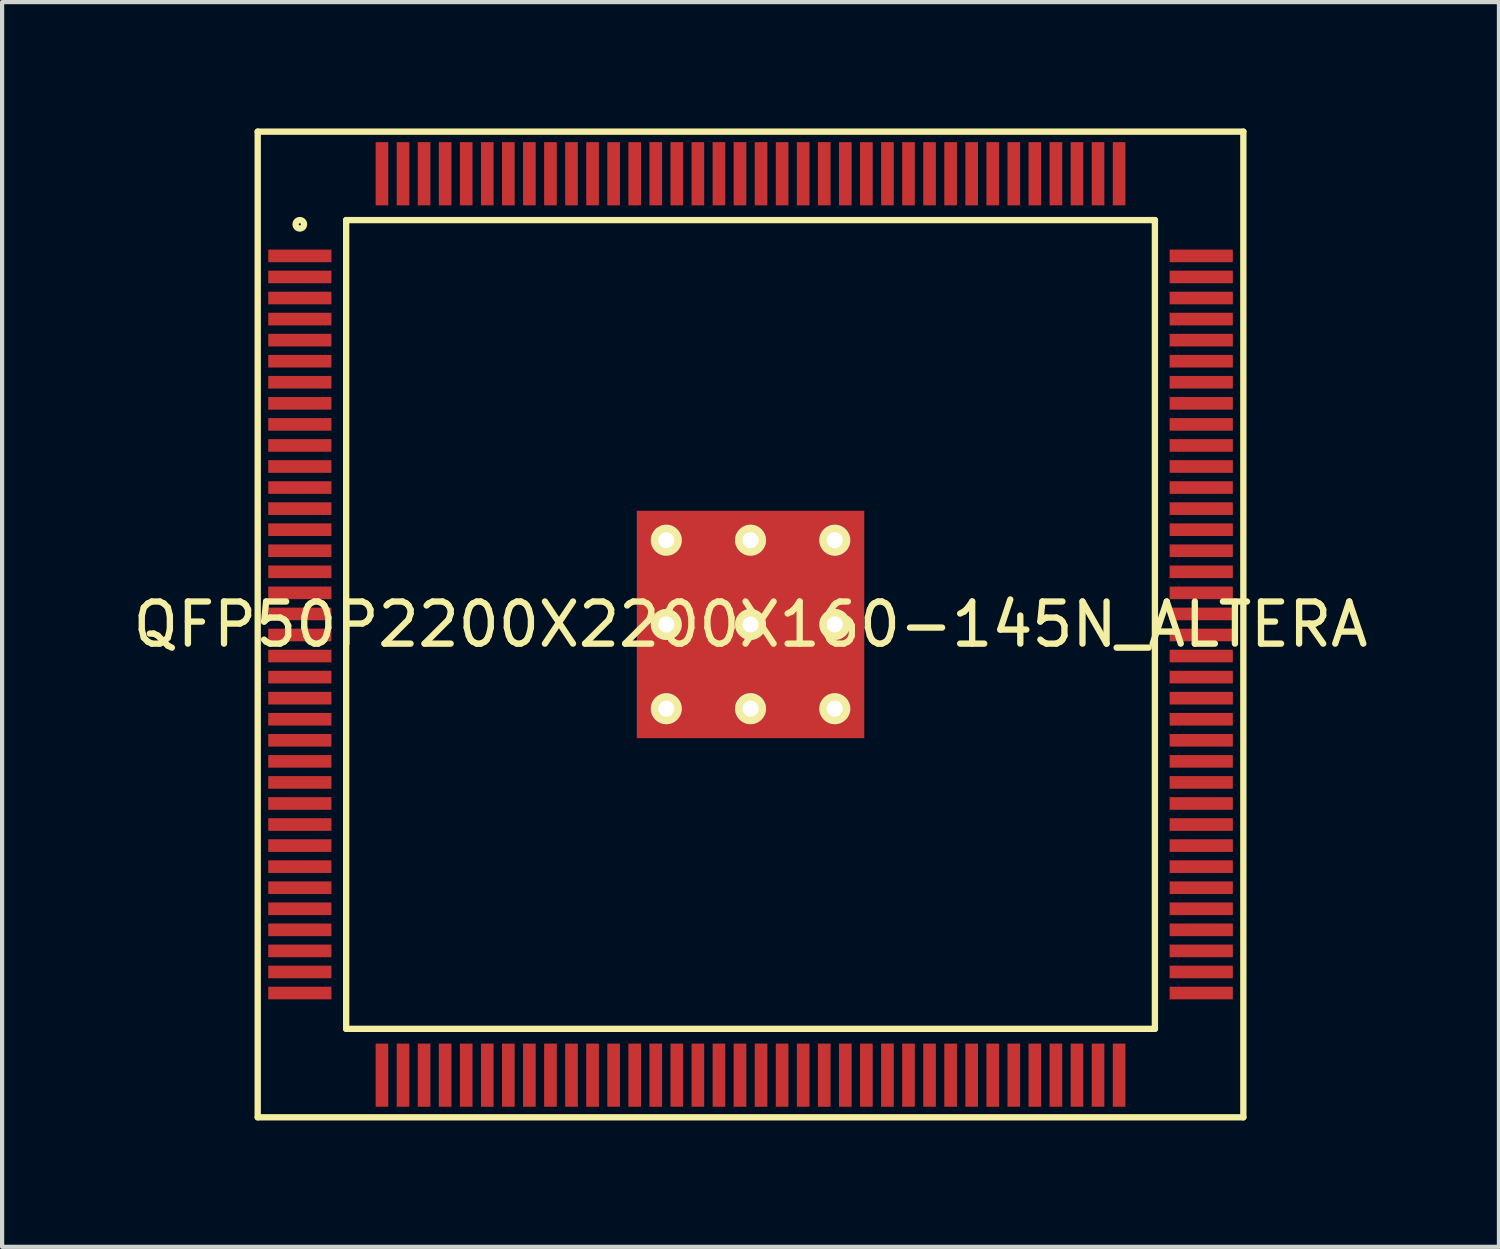
<source format=kicad_pcb>
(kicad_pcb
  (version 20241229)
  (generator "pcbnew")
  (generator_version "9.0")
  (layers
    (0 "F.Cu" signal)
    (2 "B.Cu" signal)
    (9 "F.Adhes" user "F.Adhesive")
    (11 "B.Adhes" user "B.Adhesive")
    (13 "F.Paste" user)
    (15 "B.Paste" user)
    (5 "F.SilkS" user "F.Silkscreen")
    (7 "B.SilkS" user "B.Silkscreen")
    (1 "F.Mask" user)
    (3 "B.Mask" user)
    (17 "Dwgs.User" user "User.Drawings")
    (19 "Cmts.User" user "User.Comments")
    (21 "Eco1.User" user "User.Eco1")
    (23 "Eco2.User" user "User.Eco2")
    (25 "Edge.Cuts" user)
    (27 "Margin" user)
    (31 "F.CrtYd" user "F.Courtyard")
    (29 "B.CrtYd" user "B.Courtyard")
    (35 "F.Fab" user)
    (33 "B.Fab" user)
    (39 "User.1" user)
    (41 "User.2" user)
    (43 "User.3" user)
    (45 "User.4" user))
  (footprint "QFP50P2200X2200X160-145N_ALTERA"
    (layer "F.Cu")
    (at 14.768 11.775)
    (property "Reference" "QFP50P2200X2200X160-145N_ALTERA" (at 0 0 0) (layer "F.SilkS") (effects (font (size 1 1) (thickness 0.15))))
    (attr through_hole)
    (fp_line (start -11.7 -11.7) (end 11.7 -11.7) (stroke (width 0.15) (type solid)) (layer "F.SilkS"))
    (fp_line (start -11.7 11.7) (end -11.7 -11.7) (stroke (width 0.15) (type solid)) (layer "F.SilkS"))
    (fp_line (start -9.6 -9.6) (end 9.6 -9.6) (stroke (width 0.15) (type solid)) (layer "F.SilkS"))
    (fp_line (start -9.6 9.6) (end -9.6 -9.6) (stroke (width 0.15) (type solid)) (layer "F.SilkS"))
    (fp_line (start 9.6 -9.6) (end 9.6 9.6) (stroke (width 0.15) (type solid)) (layer "F.SilkS"))
    (fp_line (start 9.6 9.6) (end -9.6 9.6) (stroke (width 0.15) (type solid)) (layer "F.SilkS"))
    (fp_line (start 11.7 -11.7) (end 11.7 11.7) (stroke (width 0.15) (type solid)) (layer "F.SilkS"))
    (fp_line (start 11.7 11.7) (end -11.7 11.7) (stroke (width 0.15) (type solid)) (layer "F.SilkS"))
    (fp_circle (center -10.7 -9.5) (end -10.6 -9.5) (stroke (width 0.15) (type solid)) (fill no) (layer "F.SilkS"))
    (pad "1" smd rect (at -10.7 -8.75) (size 1.5 0.3) (layers "F.Cu" "F.Mask" "F.Paste"))
    (pad "2" smd rect (at -10.7 -8.25) (size 1.5 0.3) (layers "F.Cu" "F.Mask" "F.Paste"))
    (pad "3" smd rect (at -10.7 -7.75) (size 1.5 0.3) (layers "F.Cu" "F.Mask" "F.Paste"))
    (pad "4" smd rect (at -10.7 -7.25) (size 1.5 0.3) (layers "F.Cu" "F.Mask" "F.Paste"))
    (pad "5" smd rect (at -10.7 -6.75) (size 1.5 0.3) (layers "F.Cu" "F.Mask" "F.Paste"))
    (pad "6" smd rect (at -10.7 -6.25) (size 1.5 0.3) (layers "F.Cu" "F.Mask" "F.Paste"))
    (pad "7" smd rect (at -10.7 -5.75) (size 1.5 0.3) (layers "F.Cu" "F.Mask" "F.Paste"))
    (pad "8" smd rect (at -10.7 -5.25) (size 1.5 0.3) (layers "F.Cu" "F.Mask" "F.Paste"))
    (pad "9" smd rect (at -10.7 -4.75) (size 1.5 0.3) (layers "F.Cu" "F.Mask" "F.Paste"))
    (pad "10" smd rect (at -10.7 -4.25) (size 1.5 0.3) (layers "F.Cu" "F.Mask" "F.Paste"))
    (pad "11" smd rect (at -10.7 -3.75) (size 1.5 0.3) (layers "F.Cu" "F.Mask" "F.Paste"))
    (pad "12" smd rect (at -10.7 -3.25) (size 1.5 0.3) (layers "F.Cu" "F.Mask" "F.Paste"))
    (pad "13" smd rect (at -10.7 -2.75) (size 1.5 0.3) (layers "F.Cu" "F.Mask" "F.Paste"))
    (pad "14" smd rect (at -10.7 -2.25) (size 1.5 0.3) (layers "F.Cu" "F.Mask" "F.Paste"))
    (pad "15" smd rect (at -10.7 -1.75) (size 1.5 0.3) (layers "F.Cu" "F.Mask" "F.Paste"))
    (pad "16" smd rect (at -10.7 -1.25) (size 1.5 0.3) (layers "F.Cu" "F.Mask" "F.Paste"))
    (pad "17" smd rect (at -10.7 -0.75) (size 1.5 0.3) (layers "F.Cu" "F.Mask" "F.Paste"))
    (pad "18" smd rect (at -10.7 -0.25) (size 1.5 0.3) (layers "F.Cu" "F.Mask" "F.Paste"))
    (pad "19" smd rect (at -10.7 0.25) (size 1.5 0.3) (layers "F.Cu" "F.Mask" "F.Paste"))
    (pad "20" smd rect (at -10.7 0.75) (size 1.5 0.3) (layers "F.Cu" "F.Mask" "F.Paste"))
    (pad "21" smd rect (at -10.7 1.25) (size 1.5 0.3) (layers "F.Cu" "F.Mask" "F.Paste"))
    (pad "22" smd rect (at -10.7 1.75) (size 1.5 0.3) (layers "F.Cu" "F.Mask" "F.Paste"))
    (pad "23" smd rect (at -10.7 2.25) (size 1.5 0.3) (layers "F.Cu" "F.Mask" "F.Paste"))
    (pad "24" smd rect (at -10.7 2.75) (size 1.5 0.3) (layers "F.Cu" "F.Mask" "F.Paste"))
    (pad "25" smd rect (at -10.7 3.25) (size 1.5 0.3) (layers "F.Cu" "F.Mask" "F.Paste"))
    (pad "26" smd rect (at -10.7 3.75) (size 1.5 0.3) (layers "F.Cu" "F.Mask" "F.Paste"))
    (pad "27" smd rect (at -10.7 4.25) (size 1.5 0.3) (layers "F.Cu" "F.Mask" "F.Paste"))
    (pad "28" smd rect (at -10.7 4.75) (size 1.5 0.3) (layers "F.Cu" "F.Mask" "F.Paste"))
    (pad "29" smd rect (at -10.7 5.25) (size 1.5 0.3) (layers "F.Cu" "F.Mask" "F.Paste"))
    (pad "30" smd rect (at -10.7 5.75) (size 1.5 0.3) (layers "F.Cu" "F.Mask" "F.Paste"))
    (pad "31" smd rect (at -10.7 6.25) (size 1.5 0.3) (layers "F.Cu" "F.Mask" "F.Paste"))
    (pad "32" smd rect (at -10.7 6.75) (size 1.5 0.3) (layers "F.Cu" "F.Mask" "F.Paste"))
    (pad "33" smd rect (at -10.7 7.25) (size 1.5 0.3) (layers "F.Cu" "F.Mask" "F.Paste"))
    (pad "34" smd rect (at -10.7 7.75) (size 1.5 0.3) (layers "F.Cu" "F.Mask" "F.Paste"))
    (pad "35" smd rect (at -10.7 8.25) (size 1.5 0.3) (layers "F.Cu" "F.Mask" "F.Paste"))
    (pad "36" smd rect (at -10.7 8.75) (size 1.5 0.3) (layers "F.Cu" "F.Mask" "F.Paste"))
    (pad "37" smd rect (at -8.75 10.7 90) (size 1.5 0.3) (layers "F.Cu" "F.Mask" "F.Paste"))
    (pad "38" smd rect (at -8.25 10.7 90) (size 1.5 0.3) (layers "F.Cu" "F.Mask" "F.Paste"))
    (pad "39" smd rect (at -7.75 10.7 90) (size 1.5 0.3) (layers "F.Cu" "F.Mask" "F.Paste"))
    (pad "40" smd rect (at -7.25 10.7 90) (size 1.5 0.3) (layers "F.Cu" "F.Mask" "F.Paste"))
    (pad "41" smd rect (at -6.75 10.7 90) (size 1.5 0.3) (layers "F.Cu" "F.Mask" "F.Paste"))
    (pad "42" smd rect (at -6.25 10.7 90) (size 1.5 0.3) (layers "F.Cu" "F.Mask" "F.Paste"))
    (pad "43" smd rect (at -5.75 10.7 90) (size 1.5 0.3) (layers "F.Cu" "F.Mask" "F.Paste"))
    (pad "44" smd rect (at -5.25 10.7 90) (size 1.5 0.3) (layers "F.Cu" "F.Mask" "F.Paste"))
    (pad "45" smd rect (at -4.75 10.7 90) (size 1.5 0.3) (layers "F.Cu" "F.Mask" "F.Paste"))
    (pad "46" smd rect (at -4.25 10.7 90) (size 1.5 0.3) (layers "F.Cu" "F.Mask" "F.Paste"))
    (pad "47" smd rect (at -3.75 10.7 90) (size 1.5 0.3) (layers "F.Cu" "F.Mask" "F.Paste"))
    (pad "48" smd rect (at -3.25 10.7 90) (size 1.5 0.3) (layers "F.Cu" "F.Mask" "F.Paste"))
    (pad "49" smd rect (at -2.75 10.7 90) (size 1.5 0.3) (layers "F.Cu" "F.Mask" "F.Paste"))
    (pad "50" smd rect (at -2.25 10.7 90) (size 1.5 0.3) (layers "F.Cu" "F.Mask" "F.Paste"))
    (pad "51" smd rect (at -1.75 10.7 90) (size 1.5 0.3) (layers "F.Cu" "F.Mask" "F.Paste"))
    (pad "52" smd rect (at -1.25 10.7 90) (size 1.5 0.3) (layers "F.Cu" "F.Mask" "F.Paste"))
    (pad "53" smd rect (at -0.75 10.7 90) (size 1.5 0.3) (layers "F.Cu" "F.Mask" "F.Paste"))
    (pad "54" smd rect (at -0.25 10.7 90) (size 1.5 0.3) (layers "F.Cu" "F.Mask" "F.Paste"))
    (pad "55" smd rect (at 0.25 10.7 90) (size 1.5 0.3) (layers "F.Cu" "F.Mask" "F.Paste"))
    (pad "56" smd rect (at 0.75 10.7 90) (size 1.5 0.3) (layers "F.Cu" "F.Mask" "F.Paste"))
    (pad "57" smd rect (at 1.25 10.7 90) (size 1.5 0.3) (layers "F.Cu" "F.Mask" "F.Paste"))
    (pad "58" smd rect (at 1.75 10.7 90) (size 1.5 0.3) (layers "F.Cu" "F.Mask" "F.Paste"))
    (pad "59" smd rect (at 2.25 10.7 90) (size 1.5 0.3) (layers "F.Cu" "F.Mask" "F.Paste"))
    (pad "60" smd rect (at 2.75 10.7 90) (size 1.5 0.3) (layers "F.Cu" "F.Mask" "F.Paste"))
    (pad "61" smd rect (at 3.25 10.7 90) (size 1.5 0.3) (layers "F.Cu" "F.Mask" "F.Paste"))
    (pad "62" smd rect (at 3.75 10.7 90) (size 1.5 0.3) (layers "F.Cu" "F.Mask" "F.Paste"))
    (pad "63" smd rect (at 4.25 10.7 90) (size 1.5 0.3) (layers "F.Cu" "F.Mask" "F.Paste"))
    (pad "64" smd rect (at 4.75 10.7 90) (size 1.5 0.3) (layers "F.Cu" "F.Mask" "F.Paste"))
    (pad "65" smd rect (at 5.25 10.7 90) (size 1.5 0.3) (layers "F.Cu" "F.Mask" "F.Paste"))
    (pad "66" smd rect (at 5.75 10.7 90) (size 1.5 0.3) (layers "F.Cu" "F.Mask" "F.Paste"))
    (pad "67" smd rect (at 6.25 10.7 90) (size 1.5 0.3) (layers "F.Cu" "F.Mask" "F.Paste"))
    (pad "68" smd rect (at 6.75 10.7 90) (size 1.5 0.3) (layers "F.Cu" "F.Mask" "F.Paste"))
    (pad "69" smd rect (at 7.25 10.7 90) (size 1.5 0.3) (layers "F.Cu" "F.Mask" "F.Paste"))
    (pad "70" smd rect (at 7.75 10.7 90) (size 1.5 0.3) (layers "F.Cu" "F.Mask" "F.Paste"))
    (pad "71" smd rect (at 8.25 10.7 90) (size 1.5 0.3) (layers "F.Cu" "F.Mask" "F.Paste"))
    (pad "72" smd rect (at 8.75 10.7 90) (size 1.5 0.3) (layers "F.Cu" "F.Mask" "F.Paste"))
    (pad "73" smd rect (at 10.7 8.75 180) (size 1.5 0.3) (layers "F.Cu" "F.Mask" "F.Paste"))
    (pad "74" smd rect (at 10.7 8.25 180) (size 1.5 0.3) (layers "F.Cu" "F.Mask" "F.Paste"))
    (pad "75" smd rect (at 10.7 7.75 180) (size 1.5 0.3) (layers "F.Cu" "F.Mask" "F.Paste"))
    (pad "76" smd rect (at 10.7 7.25 180) (size 1.5 0.3) (layers "F.Cu" "F.Mask" "F.Paste"))
    (pad "77" smd rect (at 10.7 6.75 180) (size 1.5 0.3) (layers "F.Cu" "F.Mask" "F.Paste"))
    (pad "78" smd rect (at 10.7 6.25 180) (size 1.5 0.3) (layers "F.Cu" "F.Mask" "F.Paste"))
    (pad "79" smd rect (at 10.7 5.75 180) (size 1.5 0.3) (layers "F.Cu" "F.Mask" "F.Paste"))
    (pad "80" smd rect (at 10.7 5.25 180) (size 1.5 0.3) (layers "F.Cu" "F.Mask" "F.Paste"))
    (pad "81" smd rect (at 10.7 4.75 180) (size 1.5 0.3) (layers "F.Cu" "F.Mask" "F.Paste"))
    (pad "82" smd rect (at 10.7 4.25 180) (size 1.5 0.3) (layers "F.Cu" "F.Mask" "F.Paste"))
    (pad "83" smd rect (at 10.7 3.75 180) (size 1.5 0.3) (layers "F.Cu" "F.Mask" "F.Paste"))
    (pad "84" smd rect (at 10.7 3.25 180) (size 1.5 0.3) (layers "F.Cu" "F.Mask" "F.Paste"))
    (pad "85" smd rect (at 10.7 2.75 180) (size 1.5 0.3) (layers "F.Cu" "F.Mask" "F.Paste"))
    (pad "86" smd rect (at 10.7 2.25 180) (size 1.5 0.3) (layers "F.Cu" "F.Mask" "F.Paste"))
    (pad "87" smd rect (at 10.7 1.75 180) (size 1.5 0.3) (layers "F.Cu" "F.Mask" "F.Paste"))
    (pad "88" smd rect (at 10.7 1.25 180) (size 1.5 0.3) (layers "F.Cu" "F.Mask" "F.Paste"))
    (pad "89" smd rect (at 10.7 0.75 180) (size 1.5 0.3) (layers "F.Cu" "F.Mask" "F.Paste"))
    (pad "90" smd rect (at 10.7 0.25 180) (size 1.5 0.3) (layers "F.Cu" "F.Mask" "F.Paste"))
    (pad "91" smd rect (at 10.7 -0.25 180) (size 1.5 0.3) (layers "F.Cu" "F.Mask" "F.Paste"))
    (pad "92" smd rect (at 10.7 -0.75 180) (size 1.5 0.3) (layers "F.Cu" "F.Mask" "F.Paste"))
    (pad "93" smd rect (at 10.7 -1.25 180) (size 1.5 0.3) (layers "F.Cu" "F.Mask" "F.Paste"))
    (pad "94" smd rect (at 10.7 -1.75 180) (size 1.5 0.3) (layers "F.Cu" "F.Mask" "F.Paste"))
    (pad "95" smd rect (at 10.7 -2.25 180) (size 1.5 0.3) (layers "F.Cu" "F.Mask" "F.Paste"))
    (pad "96" smd rect (at 10.7 -2.75 180) (size 1.5 0.3) (layers "F.Cu" "F.Mask" "F.Paste"))
    (pad "97" smd rect (at 10.7 -3.25 180) (size 1.5 0.3) (layers "F.Cu" "F.Mask" "F.Paste"))
    (pad "98" smd rect (at 10.7 -3.75 180) (size 1.5 0.3) (layers "F.Cu" "F.Mask" "F.Paste"))
    (pad "99" smd rect (at 10.7 -4.25 180) (size 1.5 0.3) (layers "F.Cu" "F.Mask" "F.Paste"))
    (pad "100" smd rect (at 10.7 -4.75 180) (size 1.5 0.3) (layers "F.Cu" "F.Mask" "F.Paste"))
    (pad "101" smd rect (at 10.7 -5.25 180) (size 1.5 0.3) (layers "F.Cu" "F.Mask" "F.Paste"))
    (pad "102" smd rect (at 10.7 -5.75 180) (size 1.5 0.3) (layers "F.Cu" "F.Mask" "F.Paste"))
    (pad "103" smd rect (at 10.7 -6.25 180) (size 1.5 0.3) (layers "F.Cu" "F.Mask" "F.Paste"))
    (pad "104" smd rect (at 10.7 -6.75 180) (size 1.5 0.3) (layers "F.Cu" "F.Mask" "F.Paste"))
    (pad "105" smd rect (at 10.7 -7.25 180) (size 1.5 0.3) (layers "F.Cu" "F.Mask" "F.Paste"))
    (pad "106" smd rect (at 10.7 -7.75 180) (size 1.5 0.3) (layers "F.Cu" "F.Mask" "F.Paste"))
    (pad "107" smd rect (at 10.7 -8.25 180) (size 1.5 0.3) (layers "F.Cu" "F.Mask" "F.Paste"))
    (pad "108" smd rect (at 10.7 -8.75 180) (size 1.5 0.3) (layers "F.Cu" "F.Mask" "F.Paste"))
    (pad "109" smd rect (at 8.75 -10.7 270) (size 1.5 0.3) (layers "F.Cu" "F.Mask" "F.Paste"))
    (pad "110" smd rect (at 8.25 -10.7 270) (size 1.5 0.3) (layers "F.Cu" "F.Mask" "F.Paste"))
    (pad "111" smd rect (at 7.75 -10.7 270) (size 1.5 0.3) (layers "F.Cu" "F.Mask" "F.Paste"))
    (pad "112" smd rect (at 7.25 -10.7 270) (size 1.5 0.3) (layers "F.Cu" "F.Mask" "F.Paste"))
    (pad "113" smd rect (at 6.75 -10.7 270) (size 1.5 0.3) (layers "F.Cu" "F.Mask" "F.Paste"))
    (pad "114" smd rect (at 6.25 -10.7 270) (size 1.5 0.3) (layers "F.Cu" "F.Mask" "F.Paste"))
    (pad "115" smd rect (at 5.75 -10.7 270) (size 1.5 0.3) (layers "F.Cu" "F.Mask" "F.Paste"))
    (pad "116" smd rect (at 5.25 -10.7 270) (size 1.5 0.3) (layers "F.Cu" "F.Mask" "F.Paste"))
    (pad "117" smd rect (at 4.75 -10.7 270) (size 1.5 0.3) (layers "F.Cu" "F.Mask" "F.Paste"))
    (pad "118" smd rect (at 4.25 -10.7 270) (size 1.5 0.3) (layers "F.Cu" "F.Mask" "F.Paste"))
    (pad "119" smd rect (at 3.75 -10.7 270) (size 1.5 0.3) (layers "F.Cu" "F.Mask" "F.Paste"))
    (pad "120" smd rect (at 3.25 -10.7 270) (size 1.5 0.3) (layers "F.Cu" "F.Mask" "F.Paste"))
    (pad "121" smd rect (at 2.75 -10.7 270) (size 1.5 0.3) (layers "F.Cu" "F.Mask" "F.Paste"))
    (pad "122" smd rect (at 2.25 -10.7 270) (size 1.5 0.3) (layers "F.Cu" "F.Mask" "F.Paste"))
    (pad "123" smd rect (at 1.75 -10.7 270) (size 1.5 0.3) (layers "F.Cu" "F.Mask" "F.Paste"))
    (pad "124" smd rect (at 1.25 -10.7 270) (size 1.5 0.3) (layers "F.Cu" "F.Mask" "F.Paste"))
    (pad "125" smd rect (at 0.75 -10.7 270) (size 1.5 0.3) (layers "F.Cu" "F.Mask" "F.Paste"))
    (pad "126" smd rect (at 0.25 -10.7 270) (size 1.5 0.3) (layers "F.Cu" "F.Mask" "F.Paste"))
    (pad "127" smd rect (at -0.25 -10.7 270) (size 1.5 0.3) (layers "F.Cu" "F.Mask" "F.Paste"))
    (pad "128" smd rect (at -0.75 -10.7 270) (size 1.5 0.3) (layers "F.Cu" "F.Mask" "F.Paste"))
    (pad "129" smd rect (at -1.25 -10.7 270) (size 1.5 0.3) (layers "F.Cu" "F.Mask" "F.Paste"))
    (pad "130" smd rect (at -1.75 -10.7 270) (size 1.5 0.3) (layers "F.Cu" "F.Mask" "F.Paste"))
    (pad "131" smd rect (at -2.25 -10.7 270) (size 1.5 0.3) (layers "F.Cu" "F.Mask" "F.Paste"))
    (pad "132" smd rect (at -2.75 -10.7 270) (size 1.5 0.3) (layers "F.Cu" "F.Mask" "F.Paste"))
    (pad "133" smd rect (at -3.25 -10.7 270) (size 1.5 0.3) (layers "F.Cu" "F.Mask" "F.Paste"))
    (pad "134" smd rect (at -3.75 -10.7 270) (size 1.5 0.3) (layers "F.Cu" "F.Mask" "F.Paste"))
    (pad "135" smd rect (at -4.25 -10.7 270) (size 1.5 0.3) (layers "F.Cu" "F.Mask" "F.Paste"))
    (pad "136" smd rect (at -4.75 -10.7 270) (size 1.5 0.3) (layers "F.Cu" "F.Mask" "F.Paste"))
    (pad "137" smd rect (at -5.25 -10.7 270) (size 1.5 0.3) (layers "F.Cu" "F.Mask" "F.Paste"))
    (pad "138" smd rect (at -5.75 -10.7 270) (size 1.5 0.3) (layers "F.Cu" "F.Mask" "F.Paste"))
    (pad "139" smd rect (at -6.25 -10.7 270) (size 1.5 0.3) (layers "F.Cu" "F.Mask" "F.Paste"))
    (pad "140" smd rect (at -6.75 -10.7 270) (size 1.5 0.3) (layers "F.Cu" "F.Mask" "F.Paste"))
    (pad "141" smd rect (at -7.25 -10.7 270) (size 1.5 0.3) (layers "F.Cu" "F.Mask" "F.Paste"))
    (pad "142" smd rect (at -7.75 -10.7 270) (size 1.5 0.3) (layers "F.Cu" "F.Mask" "F.Paste"))
    (pad "143" smd rect (at -8.25 -10.7 270) (size 1.5 0.3) (layers "F.Cu" "F.Mask" "F.Paste"))
    (pad "144" smd rect (at -8.75 -10.7 270) (size 1.5 0.3) (layers "F.Cu" "F.Mask" "F.Paste"))
    (pad "PAD" thru_hole circle (at -2 -2) (size 0.737 0.737) (drill 0.381) (layers "*.Cu" "*.Mask" "F.SilkS"))
    (pad "PAD" thru_hole circle (at -2 0) (size 0.737 0.737) (drill 0.381) (layers "*.Cu" "*.Mask" "F.SilkS"))
    (pad "PAD" thru_hole circle (at -2 2) (size 0.737 0.737) (drill 0.381) (layers "*.Cu" "*.Mask" "F.SilkS"))
    (pad "PAD" thru_hole circle (at 0 -2) (size 0.737 0.737) (drill 0.381) (layers "*.Cu" "*.Mask" "F.SilkS"))
    (pad "PAD" thru_hole circle (at 0 0) (size 0.737 0.737) (drill 0.381) (layers "*.Cu" "*.Mask" "F.SilkS"))
    (pad "PAD" smd rect (at 0 0) (size 5.4 5.4) (layers "F.Cu" "F.Mask" "F.Paste"))
    (pad "PAD" thru_hole circle (at 0 2) (size 0.737 0.737) (drill 0.381) (layers "*.Cu" "*.Mask" "F.SilkS"))
    (pad "PAD" thru_hole circle (at 2 -2) (size 0.737 0.737) (drill 0.381) (layers "*.Cu" "*.Mask" "F.SilkS"))
    (pad "PAD" thru_hole circle (at 2 0) (size 0.737 0.737) (drill 0.381) (layers "*.Cu" "*.Mask" "F.SilkS"))
    (pad "PAD" thru_hole circle (at 2 2) (size 0.737 0.737) (drill 0.381) (layers "*.Cu" "*.Mask" "F.SilkS")))
  (gr_rect
    (start -3 -3)
    (end 32.536 26.55)
    (stroke (width 0.1) (type default))
    (fill no)
    (layer "Edge.Cuts")))
</source>
